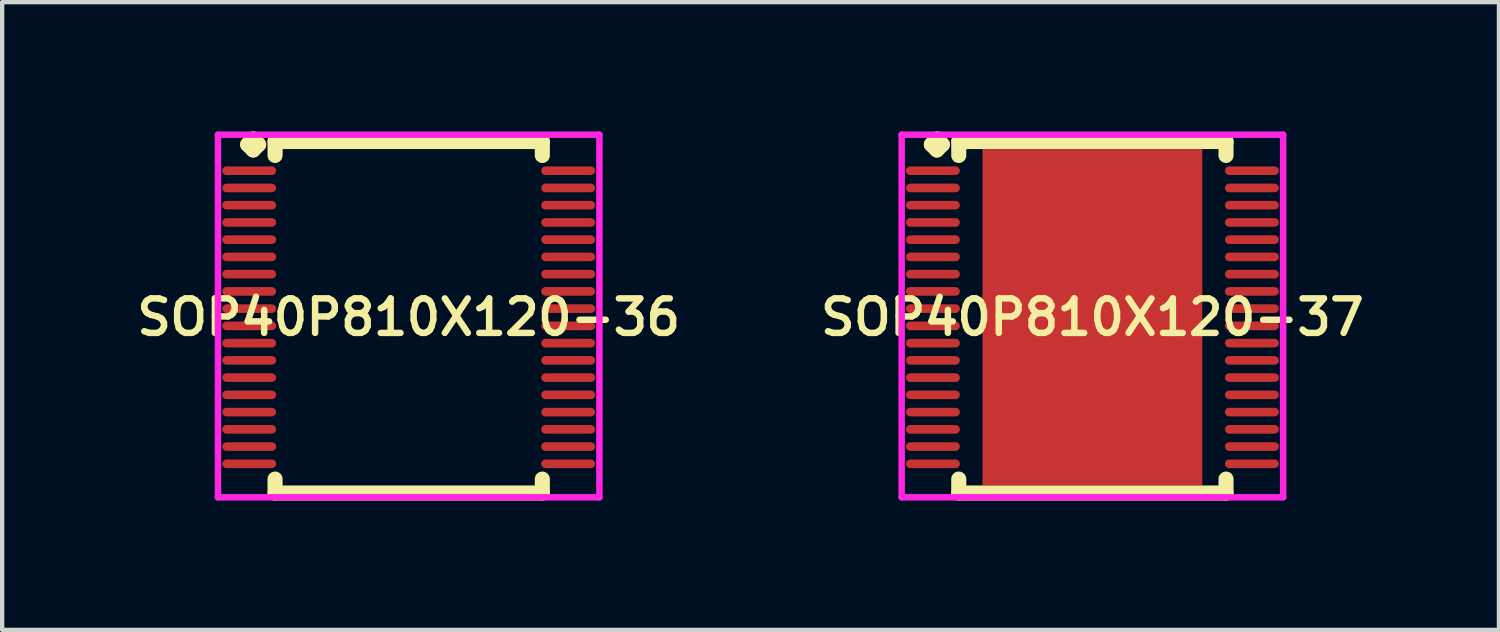
<source format=kicad_pcb>
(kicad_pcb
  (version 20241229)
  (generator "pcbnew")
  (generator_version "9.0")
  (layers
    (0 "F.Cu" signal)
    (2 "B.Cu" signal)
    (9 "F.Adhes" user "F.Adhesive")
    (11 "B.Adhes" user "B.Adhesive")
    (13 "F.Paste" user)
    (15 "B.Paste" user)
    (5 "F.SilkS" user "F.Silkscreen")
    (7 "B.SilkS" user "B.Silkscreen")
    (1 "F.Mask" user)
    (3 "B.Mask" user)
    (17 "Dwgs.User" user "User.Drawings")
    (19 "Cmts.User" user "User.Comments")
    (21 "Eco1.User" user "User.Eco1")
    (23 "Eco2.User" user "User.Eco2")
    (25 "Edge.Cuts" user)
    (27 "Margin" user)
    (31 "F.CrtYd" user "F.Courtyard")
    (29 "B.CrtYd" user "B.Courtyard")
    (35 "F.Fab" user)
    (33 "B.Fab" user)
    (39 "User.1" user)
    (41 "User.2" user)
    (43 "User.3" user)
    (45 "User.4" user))
  (footprint "SOP40P810X120-36"
    (layer "F.Cu")
    (at 6.431 4.31)
    (property "Reference" "SOP40P810X120-36" (at 0 0 0) (layer "F.SilkS") (effects (font (size 0.8 0.8) (thickness 0.15))))
    (attr smd)
    (fp_line (start -3.735 -4.008) (end -3.608 -4.135) (stroke (width 0.35) (type solid)) (layer "F.SilkS"))
    (fp_line (start -3.608 -4.135) (end -3.481 -4.008) (stroke (width 0.35) (type solid)) (layer "F.SilkS"))
    (fp_line (start -3.608 -3.881) (end -3.735 -4.008) (stroke (width 0.35) (type solid)) (layer "F.SilkS"))
    (fp_line (start -3.481 -4.008) (end -3.608 -3.881) (stroke (width 0.35) (type solid)) (layer "F.SilkS"))
    (fp_line (start -3.1 -4.077) (end 3.1 -4.077) (stroke (width 0.35) (type solid)) (layer "F.SilkS"))
    (fp_line (start -3.1 -3.754) (end -3.1 -4.077) (stroke (width 0.35) (type solid)) (layer "F.SilkS"))
    (fp_line (start -3.1 3.754) (end -3.1 4.077) (stroke (width 0.35) (type solid)) (layer "F.SilkS"))
    (fp_line (start -3.1 4.077) (end 3.1 4.077) (stroke (width 0.35) (type solid)) (layer "F.SilkS"))
    (fp_line (start 3.1 -4.077) (end 3.1 -3.754) (stroke (width 0.35) (type solid)) (layer "F.SilkS"))
    (fp_line (start 3.1 4.077) (end 3.1 3.754) (stroke (width 0.35) (type solid)) (layer "F.SilkS"))
    (fp_line (start -4.425 -4.235) (end 4.425 -4.235) (stroke (width 0.15) (type solid)) (layer "F.CrtYd"))
    (fp_line (start -4.425 4.177) (end -4.425 -4.235) (stroke (width 0.15) (type solid)) (layer "F.CrtYd"))
    (fp_line (start 4.425 -4.235) (end 4.425 4.177) (stroke (width 0.15) (type solid)) (layer "F.CrtYd"))
    (fp_line (start 4.425 4.177) (end -4.425 4.177) (stroke (width 0.15) (type solid)) (layer "F.CrtYd"))
    (pad "1" smd oval (at -3.7 -3.4) (size 1.25 0.2) (layers "F.Cu" "F.Mask" "F.Paste"))
    (pad "2" smd oval (at -3.7 -3) (size 1.25 0.2) (layers "F.Cu" "F.Mask" "F.Paste"))
    (pad "3" smd oval (at -3.7 -2.6) (size 1.25 0.2) (layers "F.Cu" "F.Mask" "F.Paste"))
    (pad "4" smd oval (at -3.7 -2.2) (size 1.25 0.2) (layers "F.Cu" "F.Mask" "F.Paste"))
    (pad "5" smd oval (at -3.7 -1.8) (size 1.25 0.2) (layers "F.Cu" "F.Mask" "F.Paste"))
    (pad "6" smd oval (at -3.7 -1.4) (size 1.25 0.2) (layers "F.Cu" "F.Mask" "F.Paste"))
    (pad "7" smd oval (at -3.7 -1) (size 1.25 0.2) (layers "F.Cu" "F.Mask" "F.Paste"))
    (pad "8" smd oval (at -3.7 -0.6) (size 1.25 0.2) (layers "F.Cu" "F.Mask" "F.Paste"))
    (pad "9" smd oval (at -3.7 -0.2) (size 1.25 0.2) (layers "F.Cu" "F.Mask" "F.Paste"))
    (pad "10" smd oval (at -3.7 0.2) (size 1.25 0.2) (layers "F.Cu" "F.Mask" "F.Paste"))
    (pad "11" smd oval (at -3.7 0.6) (size 1.25 0.2) (layers "F.Cu" "F.Mask" "F.Paste"))
    (pad "12" smd oval (at -3.7 1) (size 1.25 0.2) (layers "F.Cu" "F.Mask" "F.Paste"))
    (pad "13" smd oval (at -3.7 1.4) (size 1.25 0.2) (layers "F.Cu" "F.Mask" "F.Paste"))
    (pad "14" smd oval (at -3.7 1.8) (size 1.25 0.2) (layers "F.Cu" "F.Mask" "F.Paste"))
    (pad "15" smd oval (at -3.7 2.2) (size 1.25 0.2) (layers "F.Cu" "F.Mask" "F.Paste"))
    (pad "16" smd oval (at -3.7 2.6) (size 1.25 0.2) (layers "F.Cu" "F.Mask" "F.Paste"))
    (pad "17" smd oval (at -3.7 3) (size 1.25 0.2) (layers "F.Cu" "F.Mask" "F.Paste"))
    (pad "18" smd oval (at -3.7 3.4) (size 1.25 0.2) (layers "F.Cu" "F.Mask" "F.Paste"))
    (pad "19" smd oval (at 3.7 3.4) (size 1.25 0.2) (layers "F.Cu" "F.Mask" "F.Paste"))
    (pad "20" smd oval (at 3.7 3) (size 1.25 0.2) (layers "F.Cu" "F.Mask" "F.Paste"))
    (pad "21" smd oval (at 3.7 2.6) (size 1.25 0.2) (layers "F.Cu" "F.Mask" "F.Paste"))
    (pad "22" smd oval (at 3.7 2.2) (size 1.25 0.2) (layers "F.Cu" "F.Mask" "F.Paste"))
    (pad "23" smd oval (at 3.7 1.8) (size 1.25 0.2) (layers "F.Cu" "F.Mask" "F.Paste"))
    (pad "24" smd oval (at 3.7 1.4) (size 1.25 0.2) (layers "F.Cu" "F.Mask" "F.Paste"))
    (pad "25" smd oval (at 3.7 1) (size 1.25 0.2) (layers "F.Cu" "F.Mask" "F.Paste"))
    (pad "26" smd oval (at 3.7 0.6) (size 1.25 0.2) (layers "F.Cu" "F.Mask" "F.Paste"))
    (pad "27" smd oval (at 3.7 0.2) (size 1.25 0.2) (layers "F.Cu" "F.Mask" "F.Paste"))
    (pad "28" smd oval (at 3.7 -0.2) (size 1.25 0.2) (layers "F.Cu" "F.Mask" "F.Paste"))
    (pad "29" smd oval (at 3.7 -0.6) (size 1.25 0.2) (layers "F.Cu" "F.Mask" "F.Paste"))
    (pad "30" smd oval (at 3.7 -1) (size 1.25 0.2) (layers "F.Cu" "F.Mask" "F.Paste"))
    (pad "31" smd oval (at 3.7 -1.4) (size 1.25 0.2) (layers "F.Cu" "F.Mask" "F.Paste"))
    (pad "32" smd oval (at 3.7 -1.8) (size 1.25 0.2) (layers "F.Cu" "F.Mask" "F.Paste"))
    (pad "33" smd oval (at 3.7 -2.2) (size 1.25 0.2) (layers "F.Cu" "F.Mask" "F.Paste"))
    (pad "34" smd oval (at 3.7 -2.6) (size 1.25 0.2) (layers "F.Cu" "F.Mask" "F.Paste"))
    (pad "35" smd oval (at 3.7 -3) (size 1.25 0.2) (layers "F.Cu" "F.Mask" "F.Paste"))
    (pad "36" smd oval (at 3.7 -3.4) (size 1.25 0.2) (layers "F.Cu" "F.Mask" "F.Paste")))
  (footprint "SOP40P810X120-37"
    (layer "F.Cu")
    (at 22.292 4.31)
    (property "Reference" "SOP40P810X120-37" (at 0 0 0) (layer "F.SilkS") (effects (font (size 0.8 0.8) (thickness 0.15))))
    (attr smd)
    (fp_line (start -3.735 -4.008) (end -3.608 -4.135) (stroke (width 0.35) (type solid)) (layer "F.SilkS"))
    (fp_line (start -3.608 -4.135) (end -3.481 -4.008) (stroke (width 0.35) (type solid)) (layer "F.SilkS"))
    (fp_line (start -3.608 -3.881) (end -3.735 -4.008) (stroke (width 0.35) (type solid)) (layer "F.SilkS"))
    (fp_line (start -3.481 -4.008) (end -3.608 -3.881) (stroke (width 0.35) (type solid)) (layer "F.SilkS"))
    (fp_line (start -3.1 -4.077) (end 3.1 -4.077) (stroke (width 0.35) (type solid)) (layer "F.SilkS"))
    (fp_line (start -3.1 -3.754) (end -3.1 -4.077) (stroke (width 0.35) (type solid)) (layer "F.SilkS"))
    (fp_line (start -3.1 3.754) (end -3.1 4.077) (stroke (width 0.35) (type solid)) (layer "F.SilkS"))
    (fp_line (start -3.1 4.077) (end 3.1 4.077) (stroke (width 0.35) (type solid)) (layer "F.SilkS"))
    (fp_line (start 3.1 -4.077) (end 3.1 -3.754) (stroke (width 0.35) (type solid)) (layer "F.SilkS"))
    (fp_line (start 3.1 4.077) (end 3.1 3.754) (stroke (width 0.35) (type solid)) (layer "F.SilkS"))
    (fp_line (start -4.425 -4.235) (end 4.425 -4.235) (stroke (width 0.15) (type solid)) (layer "F.CrtYd"))
    (fp_line (start -4.425 4.177) (end -4.425 -4.235) (stroke (width 0.15) (type solid)) (layer "F.CrtYd"))
    (fp_line (start 4.425 -4.235) (end 4.425 4.177) (stroke (width 0.15) (type solid)) (layer "F.CrtYd"))
    (fp_line (start 4.425 4.177) (end -4.425 4.177) (stroke (width 0.15) (type solid)) (layer "F.CrtYd"))
    (pad "1" smd oval (at -3.7 -3.4) (size 1.25 0.2) (layers "F.Cu" "F.Mask" "F.Paste"))
    (pad "2" smd oval (at -3.7 -3) (size 1.25 0.2) (layers "F.Cu" "F.Mask" "F.Paste"))
    (pad "3" smd oval (at -3.7 -2.6) (size 1.25 0.2) (layers "F.Cu" "F.Mask" "F.Paste"))
    (pad "4" smd oval (at -3.7 -2.2) (size 1.25 0.2) (layers "F.Cu" "F.Mask" "F.Paste"))
    (pad "5" smd oval (at -3.7 -1.8) (size 1.25 0.2) (layers "F.Cu" "F.Mask" "F.Paste"))
    (pad "6" smd oval (at -3.7 -1.4) (size 1.25 0.2) (layers "F.Cu" "F.Mask" "F.Paste"))
    (pad "7" smd oval (at -3.7 -1) (size 1.25 0.2) (layers "F.Cu" "F.Mask" "F.Paste"))
    (pad "8" smd oval (at -3.7 -0.6) (size 1.25 0.2) (layers "F.Cu" "F.Mask" "F.Paste"))
    (pad "9" smd oval (at -3.7 -0.2) (size 1.25 0.2) (layers "F.Cu" "F.Mask" "F.Paste"))
    (pad "10" smd oval (at -3.7 0.2) (size 1.25 0.2) (layers "F.Cu" "F.Mask" "F.Paste"))
    (pad "11" smd oval (at -3.7 0.6) (size 1.25 0.2) (layers "F.Cu" "F.Mask" "F.Paste"))
    (pad "12" smd oval (at -3.7 1) (size 1.25 0.2) (layers "F.Cu" "F.Mask" "F.Paste"))
    (pad "13" smd oval (at -3.7 1.4) (size 1.25 0.2) (layers "F.Cu" "F.Mask" "F.Paste"))
    (pad "14" smd oval (at -3.7 1.8) (size 1.25 0.2) (layers "F.Cu" "F.Mask" "F.Paste"))
    (pad "15" smd oval (at -3.7 2.2) (size 1.25 0.2) (layers "F.Cu" "F.Mask" "F.Paste"))
    (pad "16" smd oval (at -3.7 2.6) (size 1.25 0.2) (layers "F.Cu" "F.Mask" "F.Paste"))
    (pad "17" smd oval (at -3.7 3) (size 1.25 0.2) (layers "F.Cu" "F.Mask" "F.Paste"))
    (pad "18" smd oval (at -3.7 3.4) (size 1.25 0.2) (layers "F.Cu" "F.Mask" "F.Paste"))
    (pad "19" smd oval (at 3.7 3.4) (size 1.25 0.2) (layers "F.Cu" "F.Mask" "F.Paste"))
    (pad "20" smd oval (at 3.7 3) (size 1.25 0.2) (layers "F.Cu" "F.Mask" "F.Paste"))
    (pad "21" smd oval (at 3.7 2.6) (size 1.25 0.2) (layers "F.Cu" "F.Mask" "F.Paste"))
    (pad "22" smd oval (at 3.7 2.2) (size 1.25 0.2) (layers "F.Cu" "F.Mask" "F.Paste"))
    (pad "23" smd oval (at 3.7 1.8) (size 1.25 0.2) (layers "F.Cu" "F.Mask" "F.Paste"))
    (pad "24" smd oval (at 3.7 1.4) (size 1.25 0.2) (layers "F.Cu" "F.Mask" "F.Paste"))
    (pad "25" smd oval (at 3.7 1) (size 1.25 0.2) (layers "F.Cu" "F.Mask" "F.Paste"))
    (pad "26" smd oval (at 3.7 0.6) (size 1.25 0.2) (layers "F.Cu" "F.Mask" "F.Paste"))
    (pad "27" smd oval (at 3.7 0.2) (size 1.25 0.2) (layers "F.Cu" "F.Mask" "F.Paste"))
    (pad "28" smd oval (at 3.7 -0.2) (size 1.25 0.2) (layers "F.Cu" "F.Mask" "F.Paste"))
    (pad "29" smd oval (at 3.7 -0.6) (size 1.25 0.2) (layers "F.Cu" "F.Mask" "F.Paste"))
    (pad "30" smd oval (at 3.7 -1) (size 1.25 0.2) (layers "F.Cu" "F.Mask" "F.Paste"))
    (pad "31" smd oval (at 3.7 -1.4) (size 1.25 0.2) (layers "F.Cu" "F.Mask" "F.Paste"))
    (pad "32" smd oval (at 3.7 -1.8) (size 1.25 0.2) (layers "F.Cu" "F.Mask" "F.Paste"))
    (pad "33" smd oval (at 3.7 -2.2) (size 1.25 0.2) (layers "F.Cu" "F.Mask" "F.Paste"))
    (pad "34" smd oval (at 3.7 -2.6) (size 1.25 0.2) (layers "F.Cu" "F.Mask" "F.Paste"))
    (pad "35" smd oval (at 3.7 -3) (size 1.25 0.2) (layers "F.Cu" "F.Mask" "F.Paste"))
    (pad "36" smd oval (at 3.7 -3.4) (size 1.25 0.2) (layers "F.Cu" "F.Mask" "F.Paste"))
    (pad "37" smd rect (at 0 0) (size 5.1 7.8) (layers "F.Cu" "F.Mask" "F.Paste")))
  (gr_rect
    (start -3 -3)
    (end 31.723 11.562)
    (stroke (width 0.1) (type default))
    (fill no)
    (layer "Edge.Cuts")))
</source>
